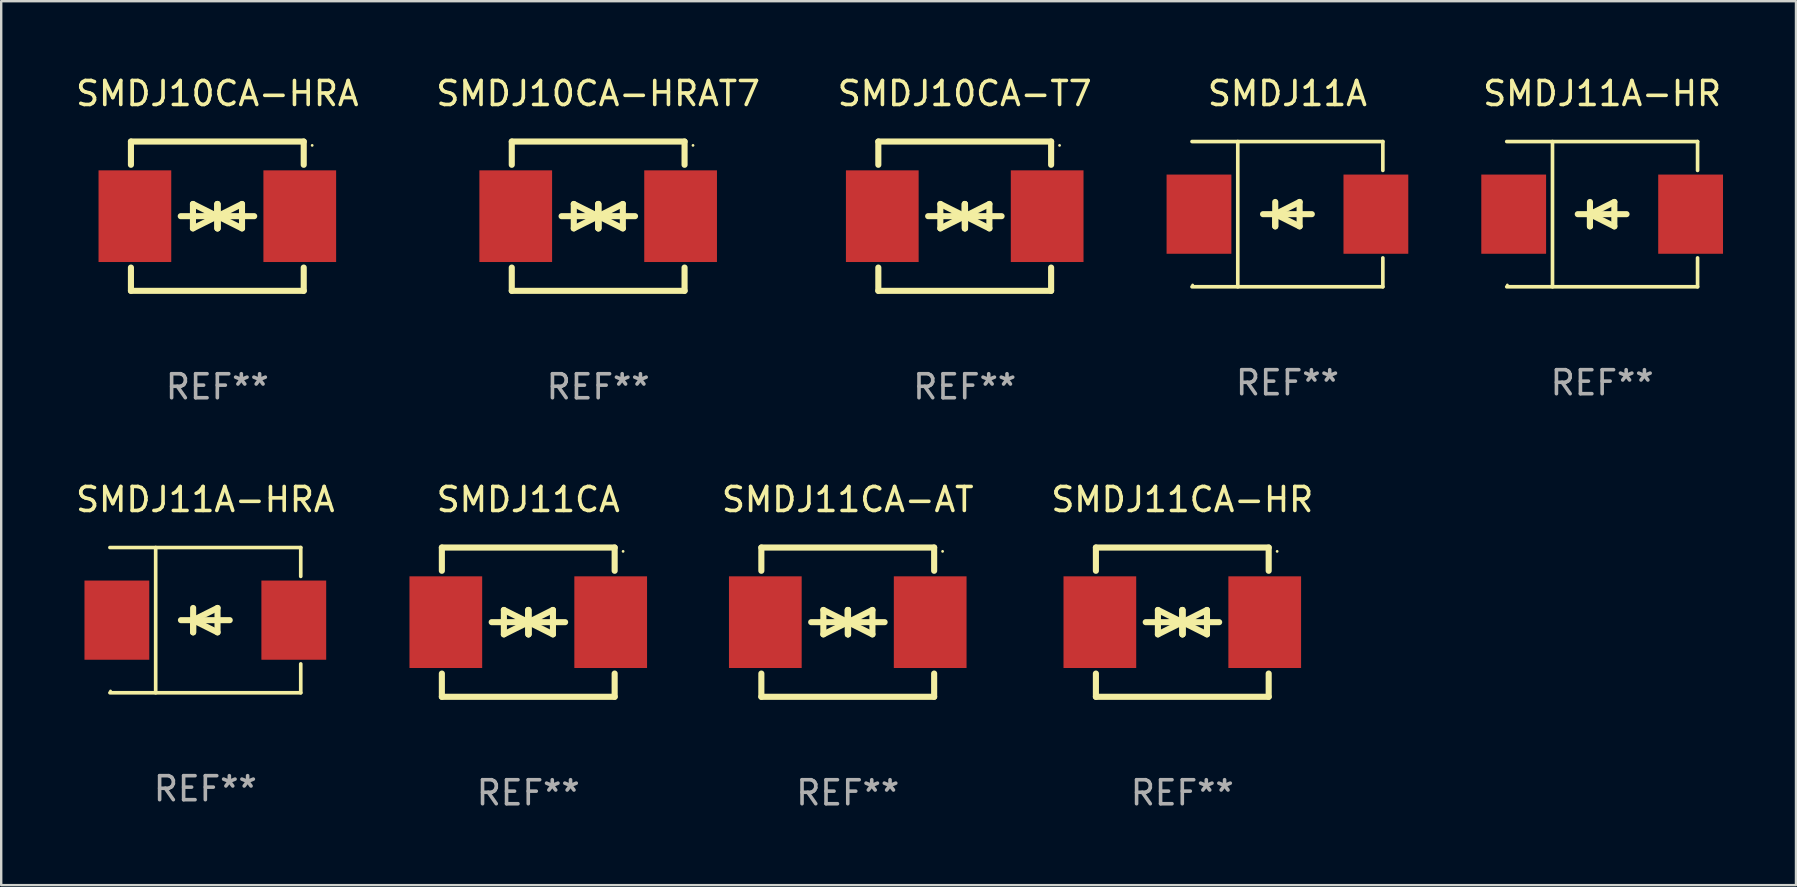
<source format=kicad_pcb>
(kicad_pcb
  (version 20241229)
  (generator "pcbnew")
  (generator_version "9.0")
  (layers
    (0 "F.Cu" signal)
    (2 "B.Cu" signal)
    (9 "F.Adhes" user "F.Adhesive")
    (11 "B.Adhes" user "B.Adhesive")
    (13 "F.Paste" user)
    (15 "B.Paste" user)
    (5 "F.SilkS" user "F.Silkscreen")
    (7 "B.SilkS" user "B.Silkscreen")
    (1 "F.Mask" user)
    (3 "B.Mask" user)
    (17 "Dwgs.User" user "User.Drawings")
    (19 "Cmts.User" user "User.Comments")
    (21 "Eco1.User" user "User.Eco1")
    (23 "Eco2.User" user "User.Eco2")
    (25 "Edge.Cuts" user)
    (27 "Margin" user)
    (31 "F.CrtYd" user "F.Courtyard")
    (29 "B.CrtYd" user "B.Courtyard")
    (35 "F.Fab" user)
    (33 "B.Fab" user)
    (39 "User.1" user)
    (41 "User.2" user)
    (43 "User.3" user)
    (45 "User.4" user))
  (footprint "SMDJ10CA-HRAT7"
    (layer "F.Cu")
    (at 21.875 5.958)
    (property "Reference" "SMDJ10CA-HRAT7" (at 0 -5.11 0) (layer "F.SilkS") (effects (font (size 1 1) (thickness 0.15))))
    (attr through_hole)
    (fp_line (start -3.6 -2.141) (end -3.6 -3.11) (stroke (width 0.254) (type solid)) (layer "F.SilkS"))
    (fp_line (start -3.6 3.11) (end -3.6 2.141) (stroke (width 0.254) (type solid)) (layer "F.SilkS"))
    (fp_line (start -1.524 0) (end 0.508 0) (stroke (width 0.254) (type solid)) (layer "F.SilkS"))
    (fp_line (start -1.016 -0.508) (end -1.016 0.508) (stroke (width 0.254) (type solid)) (layer "F.SilkS"))
    (fp_line (start -1.016 0.508) (end 0 0) (stroke (width 0.254) (type solid)) (layer "F.SilkS"))
    (fp_line (start 0 -0.508) (end 0 0.508) (stroke (width 0.254) (type solid)) (layer "F.SilkS"))
    (fp_line (start 0 0) (end -1.016 -0.508) (stroke (width 0.254) (type solid)) (layer "F.SilkS"))
    (fp_line (start 0 0) (end 0 -0.508) (stroke (width 0.254) (type solid)) (layer "F.SilkS"))
    (fp_line (start 0.012 0) (end 0.012 0.508) (stroke (width 0.254) (type solid)) (layer "F.SilkS"))
    (fp_line (start 0.012 0) (end 1.028 0.508) (stroke (width 0.254) (type solid)) (layer "F.SilkS"))
    (fp_line (start 0.012 0.508) (end 0.012 -0.508) (stroke (width 0.254) (type solid)) (layer "F.SilkS"))
    (fp_line (start 1.028 -0.508) (end 0.012 0) (stroke (width 0.254) (type solid)) (layer "F.SilkS"))
    (fp_line (start 1.028 0.508) (end 1.028 -0.508) (stroke (width 0.254) (type solid)) (layer "F.SilkS"))
    (fp_line (start 1.536 0) (end -0.496 0) (stroke (width 0.254) (type solid)) (layer "F.SilkS"))
    (fp_line (start 3.6 -3.11) (end -3.6 -3.11) (stroke (width 0.254) (type solid)) (layer "F.SilkS"))
    (fp_line (start 3.6 -2.141) (end 3.6 -3.11) (stroke (width 0.254) (type solid)) (layer "F.SilkS"))
    (fp_line (start 3.6 3.11) (end -3.6 3.11) (stroke (width 0.254) (type solid)) (layer "F.SilkS"))
    (fp_line (start 3.6 3.11) (end 3.6 2.141) (stroke (width 0.254) (type solid)) (layer "F.SilkS"))
    (fp_circle (center 3.952 -2.95) (end 3.982 -2.95) (stroke (width 0.06) (type solid)) (fill no) (layer "F.SilkS"))
    (fp_text user "REF**" (at 0 7.11 0) (layer "F.Fab") (effects (font (size 1 1) (thickness 0.15))))
    (pad "1" smd rect (at 3.435 0) (size 3.03 3.82) (layers "F.Cu" "F.Mask" "F.Paste"))
    (pad "2" smd rect (at -3.435 0) (size 3.03 3.82) (layers "F.Cu" "F.Mask" "F.Paste")))
  (footprint "SMDJ10CA-T7"
    (layer "F.Cu")
    (at 37.149 5.958)
    (property "Reference" "SMDJ10CA-T7" (at 0 -5.11 0) (layer "F.SilkS") (effects (font (size 1 1) (thickness 0.15))))
    (attr through_hole)
    (fp_line (start -3.6 -2.141) (end -3.6 -3.11) (stroke (width 0.254) (type solid)) (layer "F.SilkS"))
    (fp_line (start -3.6 3.11) (end -3.6 2.141) (stroke (width 0.254) (type solid)) (layer "F.SilkS"))
    (fp_line (start -1.524 0) (end 0.508 0) (stroke (width 0.254) (type solid)) (layer "F.SilkS"))
    (fp_line (start -1.016 -0.508) (end -1.016 0.508) (stroke (width 0.254) (type solid)) (layer "F.SilkS"))
    (fp_line (start -1.016 0.508) (end 0 0) (stroke (width 0.254) (type solid)) (layer "F.SilkS"))
    (fp_line (start 0 -0.508) (end 0 0.508) (stroke (width 0.254) (type solid)) (layer "F.SilkS"))
    (fp_line (start 0 0) (end -1.016 -0.508) (stroke (width 0.254) (type solid)) (layer "F.SilkS"))
    (fp_line (start 0 0) (end 0 -0.508) (stroke (width 0.254) (type solid)) (layer "F.SilkS"))
    (fp_line (start 0.012 0) (end 0.012 0.508) (stroke (width 0.254) (type solid)) (layer "F.SilkS"))
    (fp_line (start 0.012 0) (end 1.028 0.508) (stroke (width 0.254) (type solid)) (layer "F.SilkS"))
    (fp_line (start 0.012 0.508) (end 0.012 -0.508) (stroke (width 0.254) (type solid)) (layer "F.SilkS"))
    (fp_line (start 1.028 -0.508) (end 0.012 0) (stroke (width 0.254) (type solid)) (layer "F.SilkS"))
    (fp_line (start 1.028 0.508) (end 1.028 -0.508) (stroke (width 0.254) (type solid)) (layer "F.SilkS"))
    (fp_line (start 1.536 0) (end -0.496 0) (stroke (width 0.254) (type solid)) (layer "F.SilkS"))
    (fp_line (start 3.6 -3.11) (end -3.6 -3.11) (stroke (width 0.254) (type solid)) (layer "F.SilkS"))
    (fp_line (start 3.6 -2.141) (end 3.6 -3.11) (stroke (width 0.254) (type solid)) (layer "F.SilkS"))
    (fp_line (start 3.6 3.11) (end -3.6 3.11) (stroke (width 0.254) (type solid)) (layer "F.SilkS"))
    (fp_line (start 3.6 3.11) (end 3.6 2.141) (stroke (width 0.254) (type solid)) (layer "F.SilkS"))
    (fp_circle (center 3.952 -2.95) (end 3.982 -2.95) (stroke (width 0.06) (type solid)) (fill no) (layer "F.SilkS"))
    (fp_text user "REF**" (at 0 7.11 0) (layer "F.Fab") (effects (font (size 1 1) (thickness 0.15))))
    (pad "1" smd rect (at 3.435 0) (size 3.03 3.82) (layers "F.Cu" "F.Mask" "F.Paste"))
    (pad "2" smd rect (at -3.435 0) (size 3.03 3.82) (layers "F.Cu" "F.Mask" "F.Paste")))
  (footprint "SMDJ11A-HR"
    (layer "F.Cu")
    (at 63.71 5.874)
    (property "Reference" "SMDJ11A-HR" (at 0 -5.026 0) (layer "F.SilkS") (effects (font (size 1 1) (thickness 0.15))))
    (attr through_hole)
    (fp_line (start -3.976 -3.026) (end 3.976 -3.026) (stroke (width 0.152) (type solid)) (layer "F.SilkS"))
    (fp_line (start -3.976 3.026) (end 3.976 3.026) (stroke (width 0.152) (type solid)) (layer "F.SilkS"))
    (fp_line (start -2.069 -3.026) (end -2.069 3.026) (stroke (width 0.152) (type solid)) (layer "F.SilkS"))
    (fp_line (start -0.508 0) (end -0.508 0.508) (stroke (width 0.254) (type solid)) (layer "F.SilkS"))
    (fp_line (start -0.508 0) (end 0.508 0.508) (stroke (width 0.254) (type solid)) (layer "F.SilkS"))
    (fp_line (start -0.508 0.508) (end -0.508 -0.508) (stroke (width 0.254) (type solid)) (layer "F.SilkS"))
    (fp_line (start 0.508 -0.508) (end -0.508 0) (stroke (width 0.254) (type solid)) (layer "F.SilkS"))
    (fp_line (start 0.508 0.508) (end 0.508 -0.508) (stroke (width 0.254) (type solid)) (layer "F.SilkS"))
    (fp_line (start 1.016 0) (end -1.016 0) (stroke (width 0.254) (type solid)) (layer "F.SilkS"))
    (fp_line (start 3.976 -3.026) (end 3.976 -1.823) (stroke (width 0.152) (type solid)) (layer "F.SilkS"))
    (fp_line (start 3.976 3.026) (end 3.976 1.823) (stroke (width 0.152) (type solid)) (layer "F.SilkS"))
    (fp_circle (center -3.95 2.95) (end -3.92 2.95) (stroke (width 0.06) (type solid)) (fill no) (layer "F.SilkS"))
    (fp_text user "REF**" (at 0 7.026 0) (layer "F.Fab") (effects (font (size 1 1) (thickness 0.15))))
    (pad "1" smd rect (at -3.686 0) (size 2.7 3.3) (layers "F.Cu" "F.Mask" "F.Paste"))
    (pad "2" smd rect (at 3.686 0) (size 2.7 3.3) (layers "F.Cu" "F.Mask" "F.Paste")))
  (footprint "SMDJ10CA-HRA"
    (layer "F.Cu")
    (at 6.006 5.958)
    (property "Reference" "SMDJ10CA-HRA" (at 0 -5.11 0) (layer "F.SilkS") (effects (font (size 1 1) (thickness 0.15))))
    (attr through_hole)
    (fp_line (start -3.6 -2.141) (end -3.6 -3.11) (stroke (width 0.254) (type solid)) (layer "F.SilkS"))
    (fp_line (start -3.6 3.11) (end -3.6 2.141) (stroke (width 0.254) (type solid)) (layer "F.SilkS"))
    (fp_line (start -1.524 0) (end 0.508 0) (stroke (width 0.254) (type solid)) (layer "F.SilkS"))
    (fp_line (start -1.016 -0.508) (end -1.016 0.508) (stroke (width 0.254) (type solid)) (layer "F.SilkS"))
    (fp_line (start -1.016 0.508) (end 0 0) (stroke (width 0.254) (type solid)) (layer "F.SilkS"))
    (fp_line (start 0 -0.508) (end 0 0.508) (stroke (width 0.254) (type solid)) (layer "F.SilkS"))
    (fp_line (start 0 0) (end -1.016 -0.508) (stroke (width 0.254) (type solid)) (layer "F.SilkS"))
    (fp_line (start 0 0) (end 0 -0.508) (stroke (width 0.254) (type solid)) (layer "F.SilkS"))
    (fp_line (start 0.012 0) (end 0.012 0.508) (stroke (width 0.254) (type solid)) (layer "F.SilkS"))
    (fp_line (start 0.012 0) (end 1.028 0.508) (stroke (width 0.254) (type solid)) (layer "F.SilkS"))
    (fp_line (start 0.012 0.508) (end 0.012 -0.508) (stroke (width 0.254) (type solid)) (layer "F.SilkS"))
    (fp_line (start 1.028 -0.508) (end 0.012 0) (stroke (width 0.254) (type solid)) (layer "F.SilkS"))
    (fp_line (start 1.028 0.508) (end 1.028 -0.508) (stroke (width 0.254) (type solid)) (layer "F.SilkS"))
    (fp_line (start 1.536 0) (end -0.496 0) (stroke (width 0.254) (type solid)) (layer "F.SilkS"))
    (fp_line (start 3.6 -3.11) (end -3.6 -3.11) (stroke (width 0.254) (type solid)) (layer "F.SilkS"))
    (fp_line (start 3.6 -2.141) (end 3.6 -3.11) (stroke (width 0.254) (type solid)) (layer "F.SilkS"))
    (fp_line (start 3.6 3.11) (end -3.6 3.11) (stroke (width 0.254) (type solid)) (layer "F.SilkS"))
    (fp_line (start 3.6 3.11) (end 3.6 2.141) (stroke (width 0.254) (type solid)) (layer "F.SilkS"))
    (fp_circle (center 3.952 -2.95) (end 3.982 -2.95) (stroke (width 0.06) (type solid)) (fill no) (layer "F.SilkS"))
    (fp_text user "REF**" (at 0 7.11 0) (layer "F.Fab") (effects (font (size 1 1) (thickness 0.15))))
    (pad "1" smd rect (at 3.435 0) (size 3.03 3.82) (layers "F.Cu" "F.Mask" "F.Paste"))
    (pad "2" smd rect (at -3.435 0) (size 3.03 3.82) (layers "F.Cu" "F.Mask" "F.Paste")))
  (footprint "SMDJ11CA-AT"
    (layer "F.Cu")
    (at 32.275 22.875)
    (property "Reference" "SMDJ11CA-AT" (at 0 -5.11 0) (layer "F.SilkS") (effects (font (size 1 1) (thickness 0.15))))
    (attr through_hole)
    (fp_line (start -3.6 -2.141) (end -3.6 -3.11) (stroke (width 0.254) (type solid)) (layer "F.SilkS"))
    (fp_line (start -3.6 3.11) (end -3.6 2.141) (stroke (width 0.254) (type solid)) (layer "F.SilkS"))
    (fp_line (start -1.524 0) (end 0.508 0) (stroke (width 0.254) (type solid)) (layer "F.SilkS"))
    (fp_line (start -1.016 -0.508) (end -1.016 0.508) (stroke (width 0.254) (type solid)) (layer "F.SilkS"))
    (fp_line (start -1.016 0.508) (end 0 0) (stroke (width 0.254) (type solid)) (layer "F.SilkS"))
    (fp_line (start 0 -0.508) (end 0 0.508) (stroke (width 0.254) (type solid)) (layer "F.SilkS"))
    (fp_line (start 0 0) (end -1.016 -0.508) (stroke (width 0.254) (type solid)) (layer "F.SilkS"))
    (fp_line (start 0 0) (end 0 -0.508) (stroke (width 0.254) (type solid)) (layer "F.SilkS"))
    (fp_line (start 0.012 0) (end 0.012 0.508) (stroke (width 0.254) (type solid)) (layer "F.SilkS"))
    (fp_line (start 0.012 0) (end 1.028 0.508) (stroke (width 0.254) (type solid)) (layer "F.SilkS"))
    (fp_line (start 0.012 0.508) (end 0.012 -0.508) (stroke (width 0.254) (type solid)) (layer "F.SilkS"))
    (fp_line (start 1.028 -0.508) (end 0.012 0) (stroke (width 0.254) (type solid)) (layer "F.SilkS"))
    (fp_line (start 1.028 0.508) (end 1.028 -0.508) (stroke (width 0.254) (type solid)) (layer "F.SilkS"))
    (fp_line (start 1.536 0) (end -0.496 0) (stroke (width 0.254) (type solid)) (layer "F.SilkS"))
    (fp_line (start 3.6 -3.11) (end -3.6 -3.11) (stroke (width 0.254) (type solid)) (layer "F.SilkS"))
    (fp_line (start 3.6 -2.141) (end 3.6 -3.11) (stroke (width 0.254) (type solid)) (layer "F.SilkS"))
    (fp_line (start 3.6 3.11) (end -3.6 3.11) (stroke (width 0.254) (type solid)) (layer "F.SilkS"))
    (fp_line (start 3.6 3.11) (end 3.6 2.141) (stroke (width 0.254) (type solid)) (layer "F.SilkS"))
    (fp_circle (center 3.952 -2.95) (end 3.982 -2.95) (stroke (width 0.06) (type solid)) (fill no) (layer "F.SilkS"))
    (fp_text user "REF**" (at 0 7.11 0) (layer "F.Fab") (effects (font (size 1 1) (thickness 0.15))))
    (pad "1" smd rect (at 3.435 0) (size 3.03 3.82) (layers "F.Cu" "F.Mask" "F.Paste"))
    (pad "2" smd rect (at -3.435 0) (size 3.03 3.82) (layers "F.Cu" "F.Mask" "F.Paste")))
  (footprint "SMDJ11CA-HR"
    (layer "F.Cu")
    (at 46.215 22.875)
    (property "Reference" "SMDJ11CA-HR" (at 0 -5.11 0) (layer "F.SilkS") (effects (font (size 1 1) (thickness 0.15))))
    (attr through_hole)
    (fp_line (start -3.6 -2.141) (end -3.6 -3.11) (stroke (width 0.254) (type solid)) (layer "F.SilkS"))
    (fp_line (start -3.6 3.11) (end -3.6 2.141) (stroke (width 0.254) (type solid)) (layer "F.SilkS"))
    (fp_line (start -1.524 0) (end 0.508 0) (stroke (width 0.254) (type solid)) (layer "F.SilkS"))
    (fp_line (start -1.016 -0.508) (end -1.016 0.508) (stroke (width 0.254) (type solid)) (layer "F.SilkS"))
    (fp_line (start -1.016 0.508) (end 0 0) (stroke (width 0.254) (type solid)) (layer "F.SilkS"))
    (fp_line (start 0 -0.508) (end 0 0.508) (stroke (width 0.254) (type solid)) (layer "F.SilkS"))
    (fp_line (start 0 0) (end -1.016 -0.508) (stroke (width 0.254) (type solid)) (layer "F.SilkS"))
    (fp_line (start 0 0) (end 0 -0.508) (stroke (width 0.254) (type solid)) (layer "F.SilkS"))
    (fp_line (start 0.012 0) (end 0.012 0.508) (stroke (width 0.254) (type solid)) (layer "F.SilkS"))
    (fp_line (start 0.012 0) (end 1.028 0.508) (stroke (width 0.254) (type solid)) (layer "F.SilkS"))
    (fp_line (start 0.012 0.508) (end 0.012 -0.508) (stroke (width 0.254) (type solid)) (layer "F.SilkS"))
    (fp_line (start 1.028 -0.508) (end 0.012 0) (stroke (width 0.254) (type solid)) (layer "F.SilkS"))
    (fp_line (start 1.028 0.508) (end 1.028 -0.508) (stroke (width 0.254) (type solid)) (layer "F.SilkS"))
    (fp_line (start 1.536 0) (end -0.496 0) (stroke (width 0.254) (type solid)) (layer "F.SilkS"))
    (fp_line (start 3.6 -3.11) (end -3.6 -3.11) (stroke (width 0.254) (type solid)) (layer "F.SilkS"))
    (fp_line (start 3.6 -2.141) (end 3.6 -3.11) (stroke (width 0.254) (type solid)) (layer "F.SilkS"))
    (fp_line (start 3.6 3.11) (end -3.6 3.11) (stroke (width 0.254) (type solid)) (layer "F.SilkS"))
    (fp_line (start 3.6 3.11) (end 3.6 2.141) (stroke (width 0.254) (type solid)) (layer "F.SilkS"))
    (fp_circle (center 3.952 -2.95) (end 3.982 -2.95) (stroke (width 0.06) (type solid)) (fill no) (layer "F.SilkS"))
    (fp_text user "REF**" (at 0 7.11 0) (layer "F.Fab") (effects (font (size 1 1) (thickness 0.15))))
    (pad "1" smd rect (at 3.435 0) (size 3.03 3.82) (layers "F.Cu" "F.Mask" "F.Paste"))
    (pad "2" smd rect (at -3.435 0) (size 3.03 3.82) (layers "F.Cu" "F.Mask" "F.Paste")))
  (footprint "SMDJ11A"
    (layer "F.Cu")
    (at 50.596 5.874)
    (property "Reference" "SMDJ11A" (at 0 -5.026 0) (layer "F.SilkS") (effects (font (size 1 1) (thickness 0.15))))
    (attr through_hole)
    (fp_line (start -3.976 -3.026) (end 3.976 -3.026) (stroke (width 0.152) (type solid)) (layer "F.SilkS"))
    (fp_line (start -3.976 3.026) (end 3.976 3.026) (stroke (width 0.152) (type solid)) (layer "F.SilkS"))
    (fp_line (start -2.069 -3.026) (end -2.069 3.026) (stroke (width 0.152) (type solid)) (layer "F.SilkS"))
    (fp_line (start -0.508 0) (end -0.508 0.508) (stroke (width 0.254) (type solid)) (layer "F.SilkS"))
    (fp_line (start -0.508 0) (end 0.508 0.508) (stroke (width 0.254) (type solid)) (layer "F.SilkS"))
    (fp_line (start -0.508 0.508) (end -0.508 -0.508) (stroke (width 0.254) (type solid)) (layer "F.SilkS"))
    (fp_line (start 0.508 -0.508) (end -0.508 0) (stroke (width 0.254) (type solid)) (layer "F.SilkS"))
    (fp_line (start 0.508 0.508) (end 0.508 -0.508) (stroke (width 0.254) (type solid)) (layer "F.SilkS"))
    (fp_line (start 1.016 0) (end -1.016 0) (stroke (width 0.254) (type solid)) (layer "F.SilkS"))
    (fp_line (start 3.976 -3.026) (end 3.976 -1.823) (stroke (width 0.152) (type solid)) (layer "F.SilkS"))
    (fp_line (start 3.976 3.026) (end 3.976 1.823) (stroke (width 0.152) (type solid)) (layer "F.SilkS"))
    (fp_circle (center -3.95 2.95) (end -3.92 2.95) (stroke (width 0.06) (type solid)) (fill no) (layer "F.SilkS"))
    (fp_text user "REF**" (at 0 7.026 0) (layer "F.Fab") (effects (font (size 1 1) (thickness 0.15))))
    (pad "1" smd rect (at -3.686 0) (size 2.7 3.3) (layers "F.Cu" "F.Mask" "F.Paste"))
    (pad "2" smd rect (at 3.686 0) (size 2.7 3.3) (layers "F.Cu" "F.Mask" "F.Paste")))
  (footprint "SMDJ11A-HRA"
    (layer "F.Cu")
    (at 5.506 22.791)
    (property "Reference" "SMDJ11A-HRA" (at 0 -5.026 0) (layer "F.SilkS") (effects (font (size 1 1) (thickness 0.15))))
    (attr through_hole)
    (fp_line (start -3.976 -3.026) (end 3.976 -3.026) (stroke (width 0.152) (type solid)) (layer "F.SilkS"))
    (fp_line (start -3.976 3.026) (end 3.976 3.026) (stroke (width 0.152) (type solid)) (layer "F.SilkS"))
    (fp_line (start -2.069 -3.026) (end -2.069 3.026) (stroke (width 0.152) (type solid)) (layer "F.SilkS"))
    (fp_line (start -0.508 0) (end -0.508 0.508) (stroke (width 0.254) (type solid)) (layer "F.SilkS"))
    (fp_line (start -0.508 0) (end 0.508 0.508) (stroke (width 0.254) (type solid)) (layer "F.SilkS"))
    (fp_line (start -0.508 0.508) (end -0.508 -0.508) (stroke (width 0.254) (type solid)) (layer "F.SilkS"))
    (fp_line (start 0.508 -0.508) (end -0.508 0) (stroke (width 0.254) (type solid)) (layer "F.SilkS"))
    (fp_line (start 0.508 0.508) (end 0.508 -0.508) (stroke (width 0.254) (type solid)) (layer "F.SilkS"))
    (fp_line (start 1.016 0) (end -1.016 0) (stroke (width 0.254) (type solid)) (layer "F.SilkS"))
    (fp_line (start 3.976 -3.026) (end 3.976 -1.823) (stroke (width 0.152) (type solid)) (layer "F.SilkS"))
    (fp_line (start 3.976 3.026) (end 3.976 1.823) (stroke (width 0.152) (type solid)) (layer "F.SilkS"))
    (fp_circle (center -3.95 2.95) (end -3.92 2.95) (stroke (width 0.06) (type solid)) (fill no) (layer "F.SilkS"))
    (fp_text user "REF**" (at 0 7.026 0) (layer "F.Fab") (effects (font (size 1 1) (thickness 0.15))))
    (pad "1" smd rect (at -3.686 0) (size 2.7 3.3) (layers "F.Cu" "F.Mask" "F.Paste"))
    (pad "2" smd rect (at 3.686 0) (size 2.7 3.3) (layers "F.Cu" "F.Mask" "F.Paste")))
  (footprint "SMDJ11CA"
    (layer "F.Cu")
    (at 18.962 22.875)
    (property "Reference" "SMDJ11CA" (at 0 -5.11 0) (layer "F.SilkS") (effects (font (size 1 1) (thickness 0.15))))
    (attr through_hole)
    (fp_line (start -3.6 -2.141) (end -3.6 -3.11) (stroke (width 0.254) (type solid)) (layer "F.SilkS"))
    (fp_line (start -3.6 3.11) (end -3.6 2.141) (stroke (width 0.254) (type solid)) (layer "F.SilkS"))
    (fp_line (start -1.524 0) (end 0.508 0) (stroke (width 0.254) (type solid)) (layer "F.SilkS"))
    (fp_line (start -1.016 -0.508) (end -1.016 0.508) (stroke (width 0.254) (type solid)) (layer "F.SilkS"))
    (fp_line (start -1.016 0.508) (end 0 0) (stroke (width 0.254) (type solid)) (layer "F.SilkS"))
    (fp_line (start 0 -0.508) (end 0 0.508) (stroke (width 0.254) (type solid)) (layer "F.SilkS"))
    (fp_line (start 0 0) (end -1.016 -0.508) (stroke (width 0.254) (type solid)) (layer "F.SilkS"))
    (fp_line (start 0 0) (end 0 -0.508) (stroke (width 0.254) (type solid)) (layer "F.SilkS"))
    (fp_line (start 0.012 0) (end 0.012 0.508) (stroke (width 0.254) (type solid)) (layer "F.SilkS"))
    (fp_line (start 0.012 0) (end 1.028 0.508) (stroke (width 0.254) (type solid)) (layer "F.SilkS"))
    (fp_line (start 0.012 0.508) (end 0.012 -0.508) (stroke (width 0.254) (type solid)) (layer "F.SilkS"))
    (fp_line (start 1.028 -0.508) (end 0.012 0) (stroke (width 0.254) (type solid)) (layer "F.SilkS"))
    (fp_line (start 1.028 0.508) (end 1.028 -0.508) (stroke (width 0.254) (type solid)) (layer "F.SilkS"))
    (fp_line (start 1.536 0) (end -0.496 0) (stroke (width 0.254) (type solid)) (layer "F.SilkS"))
    (fp_line (start 3.6 -3.11) (end -3.6 -3.11) (stroke (width 0.254) (type solid)) (layer "F.SilkS"))
    (fp_line (start 3.6 -2.141) (end 3.6 -3.11) (stroke (width 0.254) (type solid)) (layer "F.SilkS"))
    (fp_line (start 3.6 3.11) (end -3.6 3.11) (stroke (width 0.254) (type solid)) (layer "F.SilkS"))
    (fp_line (start 3.6 3.11) (end 3.6 2.141) (stroke (width 0.254) (type solid)) (layer "F.SilkS"))
    (fp_circle (center 3.952 -2.95) (end 3.982 -2.95) (stroke (width 0.06) (type solid)) (fill no) (layer "F.SilkS"))
    (fp_text user "REF**" (at 0 7.11 0) (layer "F.Fab") (effects (font (size 1 1) (thickness 0.15))))
    (pad "1" smd rect (at 3.435 0) (size 3.03 3.82) (layers "F.Cu" "F.Mask" "F.Paste"))
    (pad "2" smd rect (at -3.435 0) (size 3.03 3.82) (layers "F.Cu" "F.Mask" "F.Paste")))
  (gr_rect
    (start -3 -3)
    (end 71.787 33.833)
    (stroke (width 0.1) (type default))
    (fill no)
    (layer "Edge.Cuts")))
</source>
